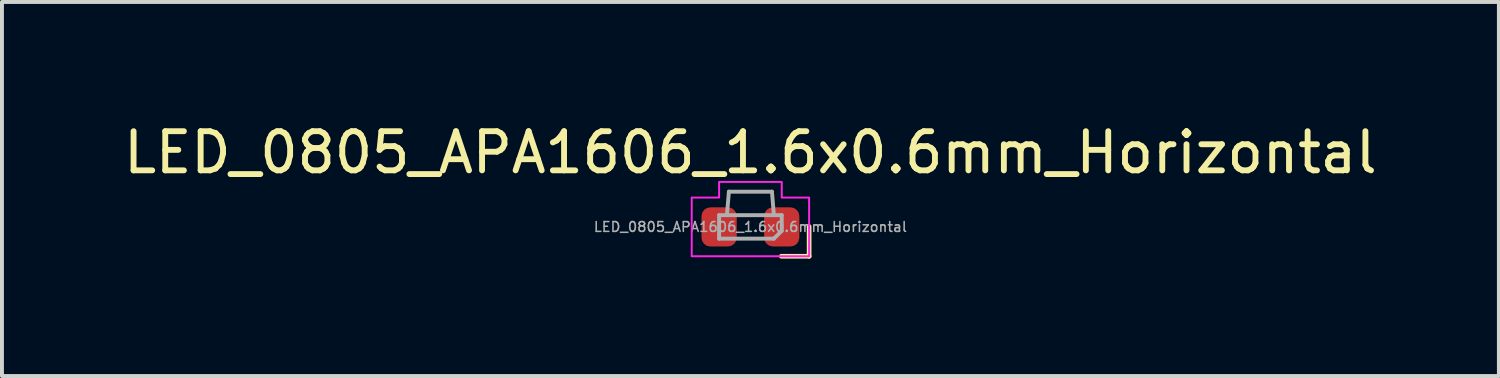
<source format=kicad_pcb>
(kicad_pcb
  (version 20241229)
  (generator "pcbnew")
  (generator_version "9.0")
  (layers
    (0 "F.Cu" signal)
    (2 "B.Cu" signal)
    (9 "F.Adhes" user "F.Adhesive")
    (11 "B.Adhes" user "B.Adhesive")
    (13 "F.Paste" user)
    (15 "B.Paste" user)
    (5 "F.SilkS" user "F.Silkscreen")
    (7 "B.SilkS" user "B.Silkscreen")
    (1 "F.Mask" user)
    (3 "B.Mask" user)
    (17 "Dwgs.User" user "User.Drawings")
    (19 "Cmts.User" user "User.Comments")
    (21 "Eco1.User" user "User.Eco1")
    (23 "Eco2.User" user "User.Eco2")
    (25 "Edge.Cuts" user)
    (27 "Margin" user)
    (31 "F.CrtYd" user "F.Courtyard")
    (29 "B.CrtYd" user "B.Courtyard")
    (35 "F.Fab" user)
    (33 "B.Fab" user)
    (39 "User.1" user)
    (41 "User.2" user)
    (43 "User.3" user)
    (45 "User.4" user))
  (footprint "LED_0805_APA1606_1.6x0.6mm_Horizontal"
    (layer "F.Cu")
    (at 16.125 2.748)
    (property "Reference" "LED_0805_APA1606_1.6x0.6mm_Horizontal" (at 0 -1.9 0) (layer "F.SilkS") (effects (font (size 1 1) (thickness 0.15))))
    (attr smd)
    (fp_line (start 1.5 -0.01) (end 1.5 0.75) (stroke (width 0.12) (type default)) (layer "F.SilkS"))
    (fp_line (start 1.5 0.75) (end 0.79 0.75) (stroke (width 0.12) (type default)) (layer "F.SilkS"))
    (fp_poly (pts (xy -0.8 -1.15) (xy 0.8 -1.15) (xy 0.8 -0.75) (xy 1.5 -0.75) (xy 1.5 0.75) (xy -1.5 0.75) (xy -1.5 -0.75) (xy -0.8 -0.75)) (stroke (width 0.05) (type solid)) (fill no) (layer "F.CrtYd"))
    (fp_line (start -0.8 -0.3) (end -0.8 0.3) (stroke (width 0.1) (type default)) (layer "F.Fab"))
    (fp_line (start -0.8 -0.3) (end 0.8 -0.3) (stroke (width 0.1) (type default)) (layer "F.Fab"))
    (fp_line (start -0.8 0.3) (end 0.6 0.3) (stroke (width 0.1) (type default)) (layer "F.Fab"))
    (fp_line (start -0.6 -0.3) (end -0.55 -0.9) (stroke (width 0.1) (type default)) (layer "F.Fab"))
    (fp_line (start -0.55 -0.9) (end 0.55 -0.9) (stroke (width 0.1) (type default)) (layer "F.Fab"))
    (fp_line (start 0.6 -0.3) (end 0.55 -0.9) (stroke (width 0.1) (type default)) (layer "F.Fab"))
    (fp_line (start 0.6 0.3) (end 0.8 0.1) (stroke (width 0.1) (type default)) (layer "F.Fab"))
    (fp_line (start 0.8 0.1) (end 0.8 -0.3) (stroke (width 0.1) (type default)) (layer "F.Fab"))
    (fp_text user "${REFERENCE}" (at 0 0 0) (layer "F.Fab") (effects (font (size 0.25 0.25) (thickness 0.04))))
    (pad "1" smd roundrect (at 0.8 0) (size 0.9 1) (layers "F.Cu" "F.Mask" "F.Paste") (roundrect_rratio 0.25))
    (pad "2" smd roundrect (at -0.8 0) (size 0.9 1) (layers "F.Cu" "F.Mask" "F.Paste") (roundrect_rratio 0.25)))
  (gr_rect
    (start -3 -3)
    (end 35.25 6.558)
    (stroke (width 0.1) (type default))
    (fill no)
    (layer "Edge.Cuts")))
</source>
